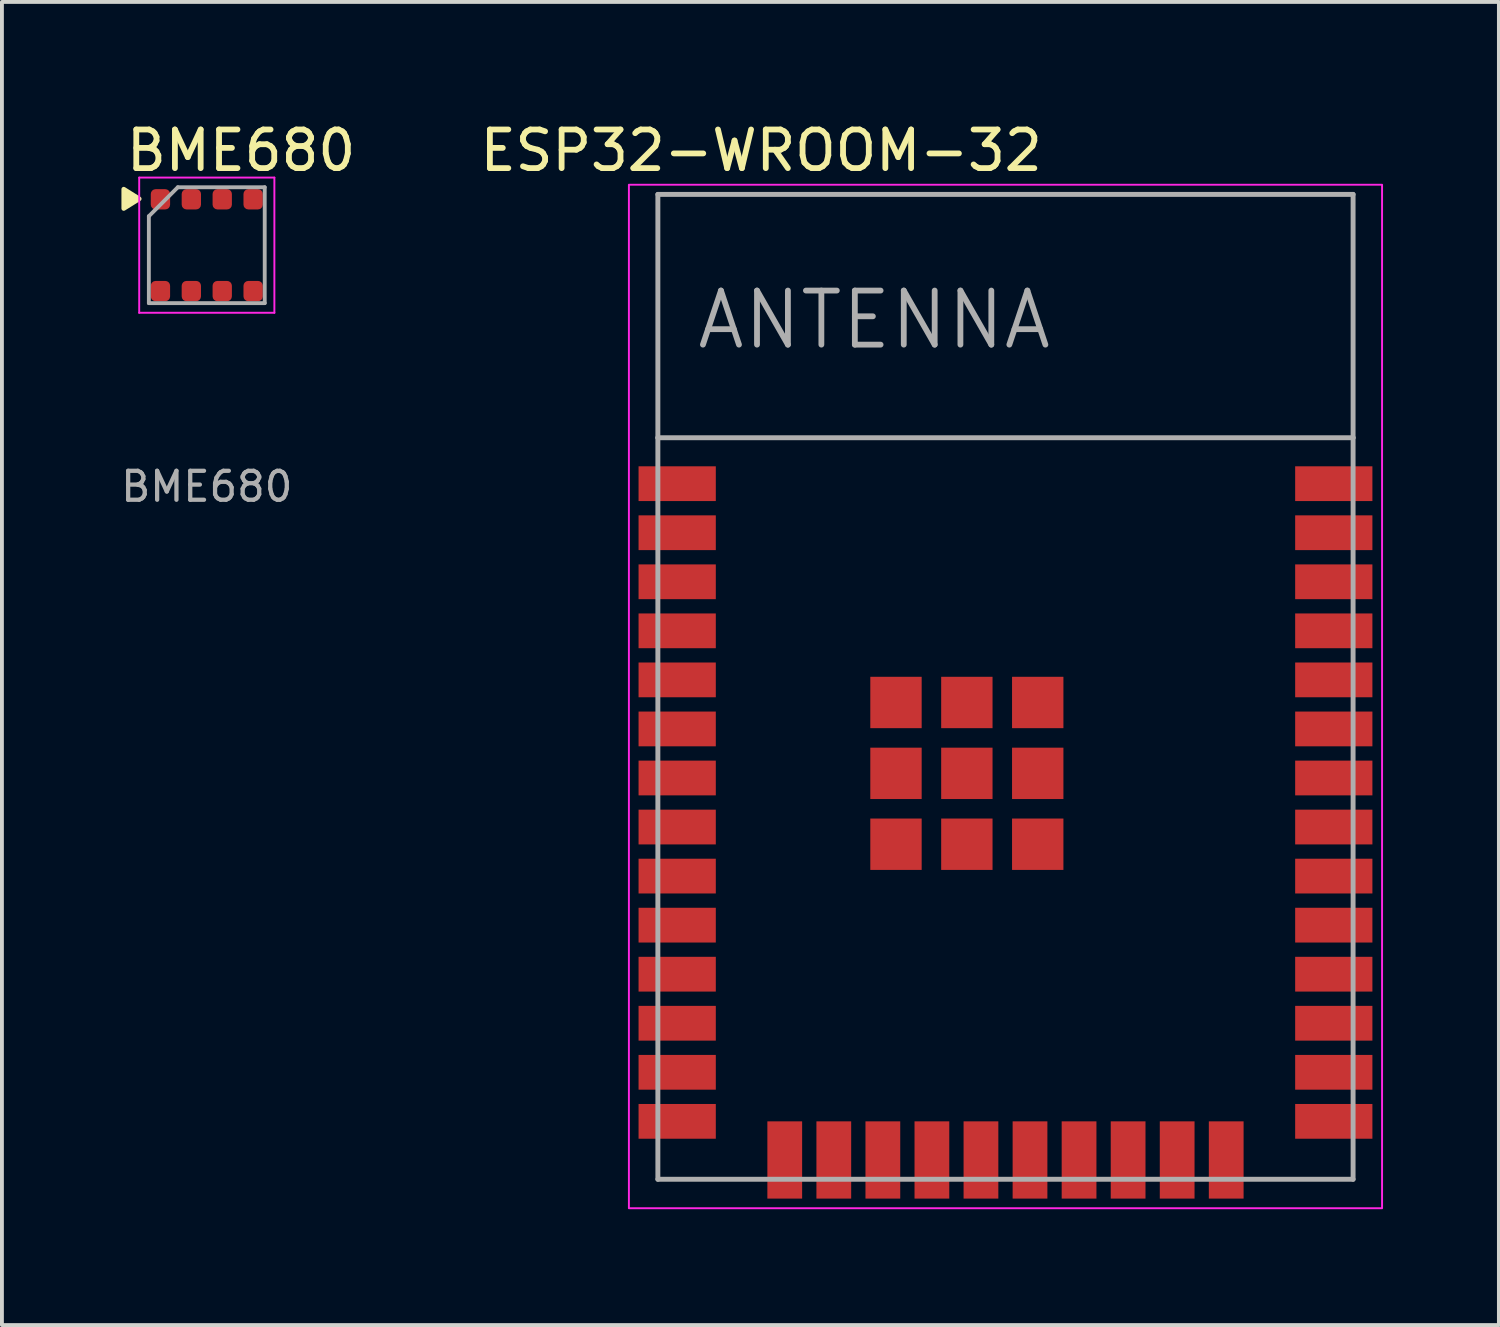
<source format=kicad_pcb>
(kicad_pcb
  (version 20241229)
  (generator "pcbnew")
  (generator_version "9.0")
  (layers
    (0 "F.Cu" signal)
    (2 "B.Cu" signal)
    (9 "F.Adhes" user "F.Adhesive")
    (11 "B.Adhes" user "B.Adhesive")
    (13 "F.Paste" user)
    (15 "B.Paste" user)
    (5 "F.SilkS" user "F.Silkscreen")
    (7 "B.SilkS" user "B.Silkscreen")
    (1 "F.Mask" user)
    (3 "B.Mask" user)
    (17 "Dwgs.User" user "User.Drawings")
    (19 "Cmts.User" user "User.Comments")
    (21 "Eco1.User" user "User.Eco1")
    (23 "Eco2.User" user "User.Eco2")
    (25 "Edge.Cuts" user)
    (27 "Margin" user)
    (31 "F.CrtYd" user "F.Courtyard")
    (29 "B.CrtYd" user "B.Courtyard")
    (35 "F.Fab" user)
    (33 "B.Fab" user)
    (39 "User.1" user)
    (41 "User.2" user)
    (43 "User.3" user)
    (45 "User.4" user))
  (footprint "BME680"
    (layer "F.Cu")
    (at 2.304 3.298)
    (property "Reference" "BME680" (at 0.889 -2.45 0) (layer "F.SilkS") (effects (font (size 1 1) (thickness 0.15))))
    (attr smd)
    (fp_poly (pts (xy -1.75 -1.2) (xy -2.15 -0.95) (xy -2.15 -1.45)) (stroke (width 0.12) (type solid)) (fill yes) (layer "F.SilkS"))
    (fp_line (start -1.75 -1.75) (end -1.75 1.75) (stroke (width 0.05) (type solid)) (layer "F.CrtYd"))
    (fp_line (start -1.75 1.75) (end 1.75 1.75) (stroke (width 0.05) (type solid)) (layer "F.CrtYd"))
    (fp_line (start 1.75 -1.75) (end -1.75 -1.75) (stroke (width 0.05) (type solid)) (layer "F.CrtYd"))
    (fp_line (start 1.75 1.75) (end 1.75 -1.75) (stroke (width 0.05) (type solid)) (layer "F.CrtYd"))
    (fp_line (start -1.5 -0.75) (end -0.75 -1.5) (stroke (width 0.1) (type solid)) (layer "F.Fab"))
    (fp_line (start -1.5 1.5) (end -1.5 -0.75) (stroke (width 0.1) (type solid)) (layer "F.Fab"))
    (fp_line (start -0.75 -1.5) (end 1.5 -1.5) (stroke (width 0.1) (type solid)) (layer "F.Fab"))
    (fp_line (start 1.5 -1.5) (end 1.5 1.5) (stroke (width 0.1) (type solid)) (layer "F.Fab"))
    (fp_line (start 1.5 1.5) (end -1.5 1.5) (stroke (width 0.1) (type solid)) (layer "F.Fab"))
    (fp_text user "${REFERENCE}" (at 0 6.25 0) (layer "F.Fab") (effects (font (size 0.75 0.75) (thickness 0.11))))
    (pad "1" smd roundrect (at -1.2 -1.188) (size 0.5 0.525) (layers "F.Cu" "F.Mask" "F.Paste") (roundrect_rratio 0.25))
    (pad "2" smd roundrect (at -0.4 -1.188) (size 0.5 0.525) (layers "F.Cu" "F.Mask" "F.Paste") (roundrect_rratio 0.25))
    (pad "3" smd roundrect (at 0.4 -1.188) (size 0.5 0.525) (layers "F.Cu" "F.Mask" "F.Paste") (roundrect_rratio 0.25))
    (pad "4" smd roundrect (at 1.2 -1.188) (size 0.5 0.525) (layers "F.Cu" "F.Mask" "F.Paste") (roundrect_rratio 0.25))
    (pad "5" smd roundrect (at 1.2 1.188) (size 0.5 0.525) (layers "F.Cu" "F.Mask" "F.Paste") (roundrect_rratio 0.25))
    (pad "6" smd roundrect (at 0.4 1.188) (size 0.5 0.525) (layers "F.Cu" "F.Mask" "F.Paste") (roundrect_rratio 0.25))
    (pad "7" smd roundrect (at -0.4 1.188) (size 0.5 0.525) (layers "F.Cu" "F.Mask" "F.Paste") (roundrect_rratio 0.25))
    (pad "8" smd roundrect (at -1.2 1.188) (size 0.5 0.525) (layers "F.Cu" "F.Mask" "F.Paste") (roundrect_rratio 0.25)))
  (footprint "ESP32-WROOM-32"
    (layer "F.Cu")
    (at 22.983 14.733)
    (property "Reference" "ESP32-WROOM-32" (at -6.325 -13.885 0) (layer "F.SilkS") (effects (font (size 1 1) (thickness 0.15))))
    (attr smd)
    (fp_rect (start -9.75 -13) (end 9.75 13.5) (stroke (width 0.05) (type default)) (fill no) (layer "F.CrtYd"))
    (fp_line (start -9 -12.75) (end -9 -6.45) (stroke (width 0.127) (type solid)) (layer "F.Fab"))
    (fp_line (start -9 -12.75) (end 9 -12.75) (stroke (width 0.127) (type solid)) (layer "F.Fab"))
    (fp_line (start -9 -6.45) (end 9 -6.45) (stroke (width 0.127) (type solid)) (layer "F.Fab"))
    (fp_line (start -9 12.75) (end -9 -6.45) (stroke (width 0.127) (type solid)) (layer "F.Fab"))
    (fp_line (start 9 -12.75) (end 9 -6.45) (stroke (width 0.127) (type solid)) (layer "F.Fab"))
    (fp_line (start 9 -6.45) (end 9 12.75) (stroke (width 0.127) (type solid)) (layer "F.Fab"))
    (fp_line (start 9 12.75) (end -9 12.75) (stroke (width 0.127) (type solid)) (layer "F.Fab"))
    (fp_text user "ANTENNA" (at -3.4 -9.5 0) (layer "F.Fab") (effects (font (size 1.4 1.4) (thickness 0.15))))
    (pad "1" smd rect (at -8.5 -5.26) (size 2 0.9) (layers "F.Cu" "F.Mask" "F.Paste"))
    (pad "2" smd rect (at -8.5 -3.99) (size 2 0.9) (layers "F.Cu" "F.Mask" "F.Paste"))
    (pad "3" smd rect (at -8.5 -2.72) (size 2 0.9) (layers "F.Cu" "F.Mask" "F.Paste"))
    (pad "4" smd rect (at -8.5 -1.45) (size 2 0.9) (layers "F.Cu" "F.Mask" "F.Paste"))
    (pad "5" smd rect (at -8.5 -0.18) (size 2 0.9) (layers "F.Cu" "F.Mask" "F.Paste"))
    (pad "6" smd rect (at -8.5 1.09) (size 2 0.9) (layers "F.Cu" "F.Mask" "F.Paste"))
    (pad "7" smd rect (at -8.5 2.36) (size 2 0.9) (layers "F.Cu" "F.Mask" "F.Paste"))
    (pad "8" smd rect (at -8.5 3.63) (size 2 0.9) (layers "F.Cu" "F.Mask" "F.Paste"))
    (pad "9" smd rect (at -8.5 4.9) (size 2 0.9) (layers "F.Cu" "F.Mask" "F.Paste"))
    (pad "10" smd rect (at -8.5 6.17) (size 2 0.9) (layers "F.Cu" "F.Mask" "F.Paste"))
    (pad "11" smd rect (at -8.5 7.44) (size 2 0.9) (layers "F.Cu" "F.Mask" "F.Paste"))
    (pad "12" smd rect (at -8.5 8.71) (size 2 0.9) (layers "F.Cu" "F.Mask" "F.Paste"))
    (pad "13" smd rect (at -8.5 9.98) (size 2 0.9) (layers "F.Cu" "F.Mask" "F.Paste"))
    (pad "14" smd rect (at -8.5 11.25) (size 2 0.9) (layers "F.Cu" "F.Mask" "F.Paste"))
    (pad "15" smd rect (at -5.715 12.25) (size 0.9 2) (layers "F.Cu" "F.Mask" "F.Paste"))
    (pad "16" smd rect (at -4.445 12.25) (size 0.9 2) (layers "F.Cu" "F.Mask" "F.Paste"))
    (pad "17" smd rect (at -3.175 12.25) (size 0.9 2) (layers "F.Cu" "F.Mask" "F.Paste"))
    (pad "18" smd rect (at -1.905 12.25) (size 0.9 2) (layers "F.Cu" "F.Mask" "F.Paste"))
    (pad "19" smd rect (at -0.635 12.25) (size 0.9 2) (layers "F.Cu" "F.Mask" "F.Paste"))
    (pad "20" smd rect (at 0.635 12.25) (size 0.9 2) (layers "F.Cu" "F.Mask" "F.Paste"))
    (pad "21" smd rect (at 1.905 12.25) (size 0.9 2) (layers "F.Cu" "F.Mask" "F.Paste"))
    (pad "22" smd rect (at 3.175 12.25) (size 0.9 2) (layers "F.Cu" "F.Mask" "F.Paste"))
    (pad "23" smd rect (at 4.445 12.25) (size 0.9 2) (layers "F.Cu" "F.Mask" "F.Paste"))
    (pad "24" smd rect (at 5.715 12.25) (size 0.9 2) (layers "F.Cu" "F.Mask" "F.Paste"))
    (pad "25" smd rect (at 8.5 11.25) (size 2 0.9) (layers "F.Cu" "F.Mask" "F.Paste"))
    (pad "26" smd rect (at 8.5 9.98) (size 2 0.9) (layers "F.Cu" "F.Mask" "F.Paste"))
    (pad "27" smd rect (at 8.5 8.71) (size 2 0.9) (layers "F.Cu" "F.Mask" "F.Paste"))
    (pad "28" smd rect (at 8.5 7.44) (size 2 0.9) (layers "F.Cu" "F.Mask" "F.Paste"))
    (pad "29" smd rect (at 8.5 6.17) (size 2 0.9) (layers "F.Cu" "F.Mask" "F.Paste"))
    (pad "30" smd rect (at 8.5 4.9) (size 2 0.9) (layers "F.Cu" "F.Mask" "F.Paste"))
    (pad "31" smd rect (at 8.5 3.63) (size 2 0.9) (layers "F.Cu" "F.Mask" "F.Paste"))
    (pad "32" smd rect (at 8.5 2.36) (size 2 0.9) (layers "F.Cu" "F.Mask" "F.Paste"))
    (pad "33" smd rect (at 8.5 1.09) (size 2 0.9) (layers "F.Cu" "F.Mask" "F.Paste"))
    (pad "34" smd rect (at 8.5 -0.18) (size 2 0.9) (layers "F.Cu" "F.Mask" "F.Paste"))
    (pad "35" smd rect (at 8.5 -1.45) (size 2 0.9) (layers "F.Cu" "F.Mask" "F.Paste"))
    (pad "36" smd rect (at 8.5 -2.72) (size 2 0.9) (layers "F.Cu" "F.Mask" "F.Paste"))
    (pad "37" smd rect (at 8.5 -3.99) (size 2 0.9) (layers "F.Cu" "F.Mask" "F.Paste"))
    (pad "38" smd rect (at 8.5 -5.26) (size 2 0.9) (layers "F.Cu" "F.Mask" "F.Paste"))
    (pad "39" smd rect (at -2.835 0.405) (size 1.33 1.33) (layers "F.Cu" "F.Mask" "F.Paste"))
    (pad "39" smd rect (at -2.835 2.24) (size 1.33 1.33) (layers "F.Cu" "F.Mask" "F.Paste"))
    (pad "39" smd rect (at -2.835 4.075) (size 1.33 1.33) (layers "F.Cu" "F.Mask" "F.Paste"))
    (pad "39" smd rect (at -1 0.405) (size 1.33 1.33) (layers "F.Cu" "F.Mask" "F.Paste"))
    (pad "39" smd rect (at -1 2.24) (size 1.33 1.33) (layers "F.Cu" "F.Mask" "F.Paste"))
    (pad "39" smd rect (at -1 4.075) (size 1.33 1.33) (layers "F.Cu" "F.Mask" "F.Paste"))
    (pad "39" smd rect (at 0.835 0.405) (size 1.33 1.33) (layers "F.Cu" "F.Mask" "F.Paste"))
    (pad "39" smd rect (at 0.835 2.24) (size 1.33 1.33) (layers "F.Cu" "F.Mask" "F.Paste"))
    (pad "39" smd rect (at 0.835 4.075) (size 1.33 1.33) (layers "F.Cu" "F.Mask" "F.Paste"))
    (zone (net_name "") (layer "F.Cu") (hatch full 0.508) (connect_pads) (min_thickness 0.01) (filled_areas_thickness no) (keepout (tracks not_allowed) (vias not_allowed) (pads not_allowed) (copperpour not_allowed) (footprints allowed)) (placement (enabled no)) (fill) (polygon (pts (xy 13.983 1.983) (xy 31.983 1.983) (xy 31.983 8.283) (xy 13.983 8.283))))
    (zone (net_name "") (layers "F.Cu" "B.Cu") (hatch full 0.508) (connect_pads) (min_thickness 0.01) (filled_areas_thickness no) (keepout (tracks allowed) (vias not_allowed) (pads allowed) (copperpour allowed) (footprints allowed)) (placement (enabled no)) (fill) (polygon (pts (xy 13.983 1.983) (xy 31.983 1.983) (xy 31.983 8.283) (xy 13.983 8.283))))
    (zone (net_name "") (layer "B.Cu") (hatch full 0.508) (connect_pads) (min_thickness 0.01) (filled_areas_thickness no) (keepout (tracks not_allowed) (vias not_allowed) (pads not_allowed) (copperpour not_allowed) (footprints allowed)) (placement (enabled no)) (fill) (polygon (pts (xy 13.983 1.983) (xy 31.983 1.983) (xy 31.983 8.283) (xy 13.983 8.283)))))
  (gr_rect
    (start -3 -3)
    (end 35.758 31.258)
    (stroke (width 0.1) (type default))
    (fill no)
    (layer "Edge.Cuts")))
</source>
